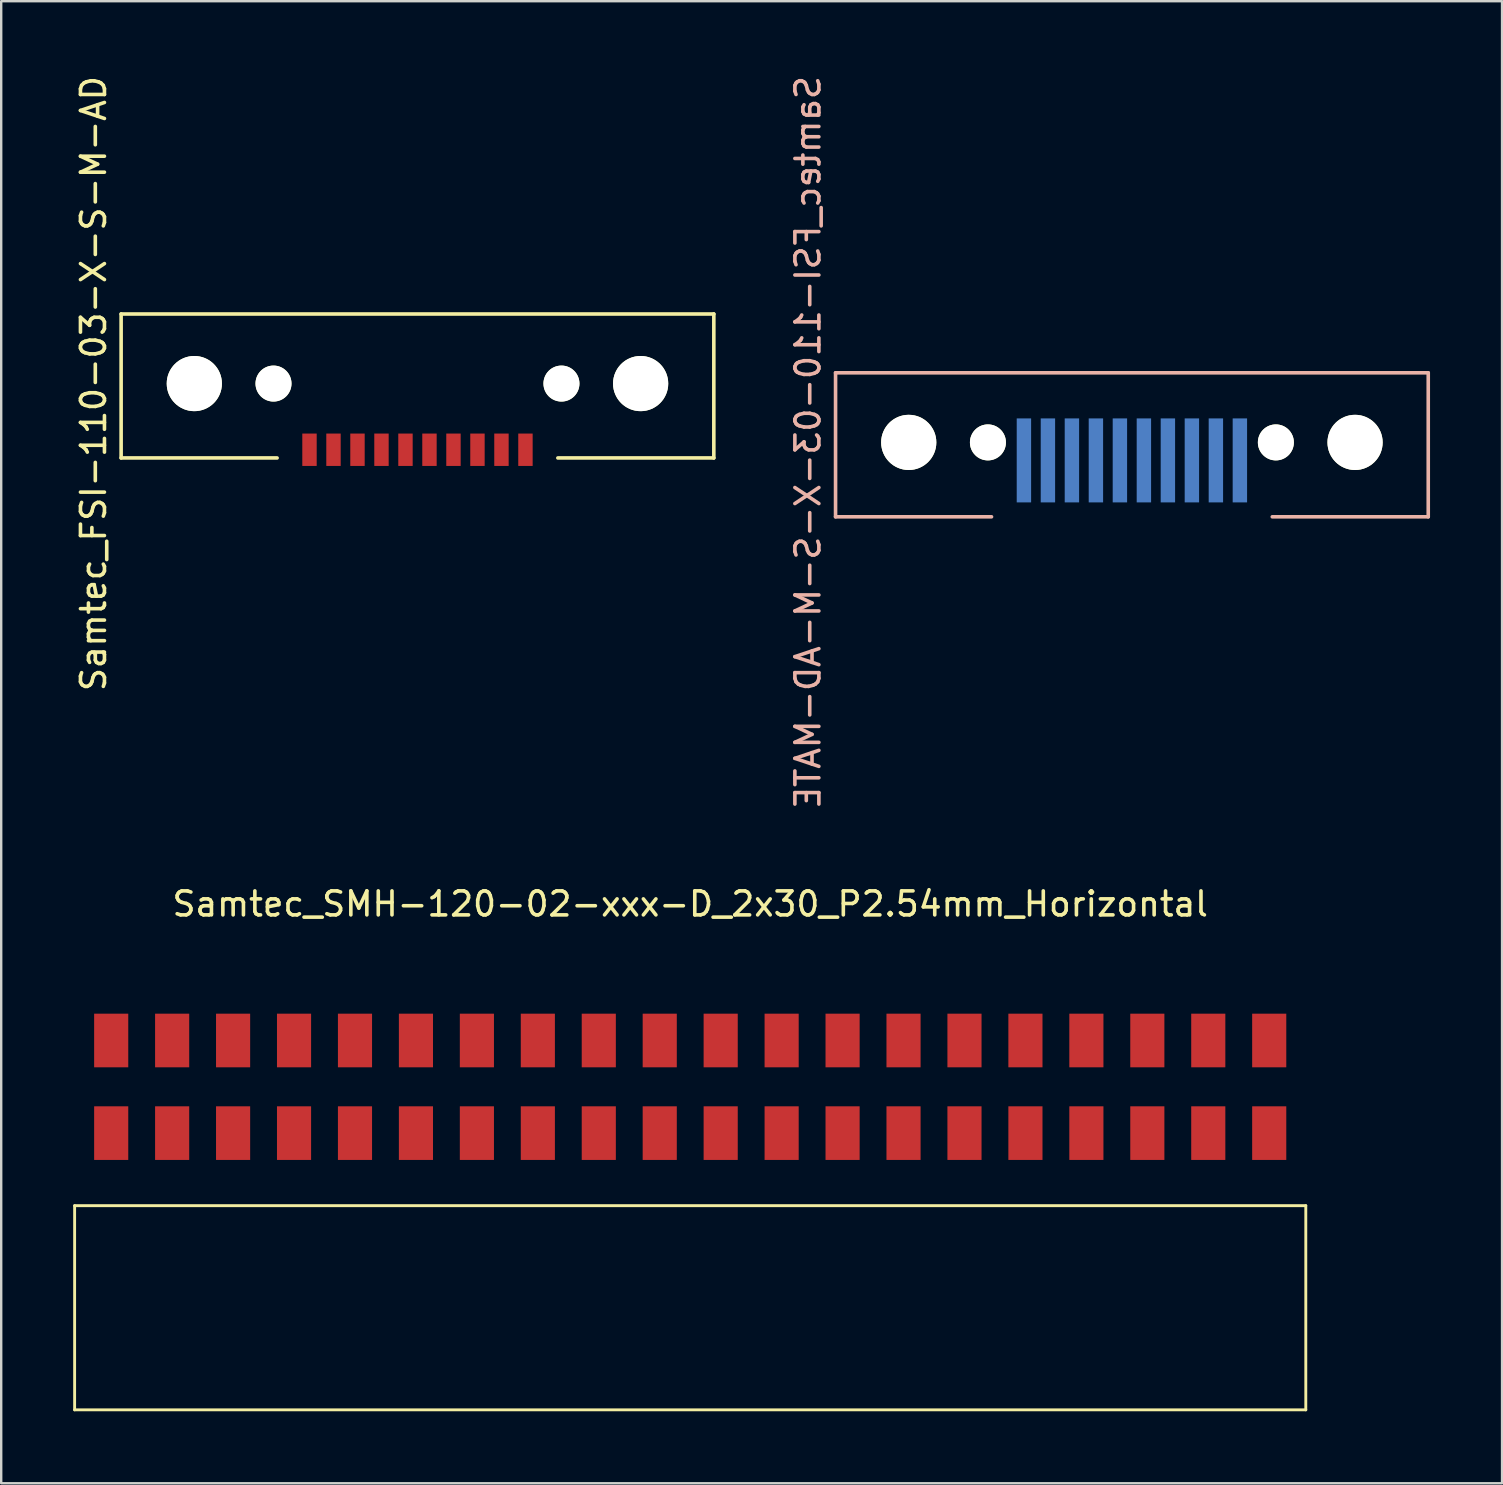
<source format=kicad_pcb>
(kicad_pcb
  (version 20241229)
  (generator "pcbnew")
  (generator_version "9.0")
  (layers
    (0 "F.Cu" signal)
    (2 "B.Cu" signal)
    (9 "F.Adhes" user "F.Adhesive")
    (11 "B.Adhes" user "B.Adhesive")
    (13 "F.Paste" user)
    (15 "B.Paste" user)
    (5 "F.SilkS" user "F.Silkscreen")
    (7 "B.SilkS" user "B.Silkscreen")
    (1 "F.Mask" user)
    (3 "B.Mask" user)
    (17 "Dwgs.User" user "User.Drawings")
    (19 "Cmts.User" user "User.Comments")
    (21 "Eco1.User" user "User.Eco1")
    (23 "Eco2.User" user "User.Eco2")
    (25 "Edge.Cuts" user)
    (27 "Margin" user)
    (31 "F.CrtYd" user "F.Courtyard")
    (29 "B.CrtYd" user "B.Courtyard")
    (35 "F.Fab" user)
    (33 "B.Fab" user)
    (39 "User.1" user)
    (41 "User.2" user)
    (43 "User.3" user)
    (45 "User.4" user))
  (footprint "Samtec_SMH-120-02-xxx-D_2x30_P2.54mm_Horizontal"
    (layer "F.Cu")
    (at 25.714 46.052)
    (property "Reference" "Samtec_SMH-120-02-xxx-D_2x30_P2.54mm_Horizontal" (at 0 -11.43 0) (layer "F.SilkS") (effects (font (size 1 1) (thickness 0.15))))
    (attr through_hole)
    (fp_line (start -25.654 1.143) (end 25.654 1.143) (stroke (width 0.12) (type solid)) (layer "F.SilkS"))
    (fp_line (start -25.654 9.652) (end -25.654 1.143) (stroke (width 0.12) (type solid)) (layer "F.SilkS"))
    (fp_line (start 25.654 1.143) (end 25.654 9.652) (stroke (width 0.12) (type solid)) (layer "F.SilkS"))
    (fp_line (start 25.654 9.652) (end -25.654 9.652) (stroke (width 0.12) (type solid)) (layer "F.SilkS"))
    (pad "1" smd rect (at -24.13 -5.74) (size 1.422 2.235) (layers "F.Cu" "F.Mask" "F.Paste"))
    (pad "2" smd rect (at -24.13 -1.88) (size 1.422 2.235) (layers "F.Cu" "F.Mask" "F.Paste"))
    (pad "3" smd rect (at -21.59 -5.74) (size 1.422 2.235) (layers "F.Cu" "F.Mask" "F.Paste"))
    (pad "4" smd rect (at -21.59 -1.88) (size 1.422 2.235) (layers "F.Cu" "F.Mask" "F.Paste"))
    (pad "5" smd rect (at -19.05 -5.74) (size 1.422 2.235) (layers "F.Cu" "F.Mask" "F.Paste"))
    (pad "6" smd rect (at -19.05 -1.88) (size 1.422 2.235) (layers "F.Cu" "F.Mask" "F.Paste"))
    (pad "7" smd rect (at -16.51 -5.74) (size 1.422 2.235) (layers "F.Cu" "F.Mask" "F.Paste"))
    (pad "8" smd rect (at -16.51 -1.88) (size 1.422 2.235) (layers "F.Cu" "F.Mask" "F.Paste"))
    (pad "9" smd rect (at -13.97 -5.74) (size 1.422 2.235) (layers "F.Cu" "F.Mask" "F.Paste"))
    (pad "10" smd rect (at -13.97 -1.88) (size 1.422 2.235) (layers "F.Cu" "F.Mask" "F.Paste"))
    (pad "11" smd rect (at -11.43 -5.74) (size 1.422 2.235) (layers "F.Cu" "F.Mask" "F.Paste"))
    (pad "12" smd rect (at -11.43 -1.88) (size 1.422 2.235) (layers "F.Cu" "F.Mask" "F.Paste"))
    (pad "13" smd rect (at -8.89 -5.74) (size 1.422 2.235) (layers "F.Cu" "F.Mask" "F.Paste"))
    (pad "14" smd rect (at -8.89 -1.88) (size 1.422 2.235) (layers "F.Cu" "F.Mask" "F.Paste"))
    (pad "15" smd rect (at -6.35 -5.74) (size 1.422 2.235) (layers "F.Cu" "F.Mask" "F.Paste"))
    (pad "16" smd rect (at -6.35 -1.88) (size 1.422 2.235) (layers "F.Cu" "F.Mask" "F.Paste"))
    (pad "17" smd rect (at -3.81 -5.74) (size 1.422 2.235) (layers "F.Cu" "F.Mask" "F.Paste"))
    (pad "18" smd rect (at -3.81 -1.88) (size 1.422 2.235) (layers "F.Cu" "F.Mask" "F.Paste"))
    (pad "19" smd rect (at -1.27 -5.74) (size 1.422 2.235) (layers "F.Cu" "F.Mask" "F.Paste"))
    (pad "20" smd rect (at -1.27 -1.88) (size 1.422 2.235) (layers "F.Cu" "F.Mask" "F.Paste"))
    (pad "21" smd rect (at 1.27 -5.74) (size 1.422 2.235) (layers "F.Cu" "F.Mask" "F.Paste"))
    (pad "22" smd rect (at 1.27 -1.88) (size 1.422 2.235) (layers "F.Cu" "F.Mask" "F.Paste"))
    (pad "23" smd rect (at 3.81 -5.74) (size 1.422 2.235) (layers "F.Cu" "F.Mask" "F.Paste"))
    (pad "24" smd rect (at 3.81 -1.88) (size 1.422 2.235) (layers "F.Cu" "F.Mask" "F.Paste"))
    (pad "25" smd rect (at 6.35 -5.74) (size 1.422 2.235) (layers "F.Cu" "F.Mask" "F.Paste"))
    (pad "26" smd rect (at 6.35 -1.88) (size 1.422 2.235) (layers "F.Cu" "F.Mask" "F.Paste"))
    (pad "27" smd rect (at 8.89 -5.74) (size 1.422 2.235) (layers "F.Cu" "F.Mask" "F.Paste"))
    (pad "28" smd rect (at 8.89 -1.88) (size 1.422 2.235) (layers "F.Cu" "F.Mask" "F.Paste"))
    (pad "29" smd rect (at 11.43 -5.74) (size 1.422 2.235) (layers "F.Cu" "F.Mask" "F.Paste"))
    (pad "30" smd rect (at 11.43 -1.88) (size 1.422 2.235) (layers "F.Cu" "F.Mask" "F.Paste"))
    (pad "31" smd rect (at 13.97 -5.74) (size 1.422 2.235) (layers "F.Cu" "F.Mask" "F.Paste"))
    (pad "32" smd rect (at 13.97 -1.88) (size 1.422 2.235) (layers "F.Cu" "F.Mask" "F.Paste"))
    (pad "33" smd rect (at 16.51 -5.74) (size 1.422 2.235) (layers "F.Cu" "F.Mask" "F.Paste"))
    (pad "34" smd rect (at 16.51 -1.88) (size 1.422 2.235) (layers "F.Cu" "F.Mask" "F.Paste"))
    (pad "35" smd rect (at 19.05 -5.74) (size 1.422 2.235) (layers "F.Cu" "F.Mask" "F.Paste"))
    (pad "36" smd rect (at 19.05 -1.88) (size 1.422 2.235) (layers "F.Cu" "F.Mask" "F.Paste"))
    (pad "37" smd rect (at 21.59 -5.74) (size 1.422 2.235) (layers "F.Cu" "F.Mask" "F.Paste"))
    (pad "38" smd rect (at 21.59 -1.88) (size 1.422 2.235) (layers "F.Cu" "F.Mask" "F.Paste"))
    (pad "39" smd rect (at 24.13 -5.74) (size 1.422 2.235) (layers "F.Cu" "F.Mask" "F.Paste"))
    (pad "40" smd rect (at 24.13 -1.88) (size 1.422 2.235) (layers "F.Cu" "F.Mask" "F.Paste")))
  (footprint "Samtec_FSI-110-03-X-S-M-AD-MATE"
    (layer "F.Cu")
    (at 44.121 15.387)
    (property "Reference" "Samtec_FSI-110-03-X-S-M-AD-MATE" (at -13.5 0 90) (layer "B.SilkS") (effects (font (size 1 1) (thickness 0.15)) (justify mirror)))
    (attr through_hole)
    (fp_line (start -12.35 -2.9) (end 12.35 -2.9) (stroke (width 0.15) (type solid)) (layer "B.SilkS"))
    (fp_line (start -12.35 3.1) (end -12.35 -2.9) (stroke (width 0.15) (type solid)) (layer "B.SilkS"))
    (fp_line (start -12.35 3.1) (end -5.85 3.1) (stroke (width 0.15) (type solid)) (layer "B.SilkS"))
    (fp_line (start 12.35 3.1) (end 5.85 3.1) (stroke (width 0.15) (type solid)) (layer "B.SilkS"))
    (fp_line (start 12.35 3.1) (end 12.35 -2.9) (stroke (width 0.15) (type solid)) (layer "B.SilkS"))
    (pad "" np_thru_hole circle (at -9.3 0) (size 2.3 2.3) (drill 2.3) (layers "*.Cu" "*.Mask" "F.SilkS"))
    (pad "" np_thru_hole circle (at -6 0) (size 1.5 1.5) (drill 1.5) (layers "*.Cu" "*.Mask" "F.SilkS"))
    (pad "" np_thru_hole circle (at 6 0) (size 1.5 1.5) (drill 1.5) (layers "*.Cu" "*.Mask" "F.SilkS"))
    (pad "" np_thru_hole circle (at 9.3 0) (size 2.3 2.3) (drill 2.3) (layers "*.Cu" "*.Mask" "F.SilkS"))
    (pad "1" smd rect (at -4.5 0.75 180) (size 0.6 3.5) (layers "B.Cu" "B.Mask" "B.Paste"))
    (pad "2" smd rect (at -3.5 0.75 180) (size 0.6 3.5) (layers "B.Cu" "B.Mask" "B.Paste"))
    (pad "3" smd rect (at -2.5 0.75 180) (size 0.6 3.5) (layers "B.Cu" "B.Mask" "B.Paste"))
    (pad "4" smd rect (at -1.5 0.75 180) (size 0.6 3.5) (layers "B.Cu" "B.Mask" "B.Paste"))
    (pad "5" smd rect (at -0.5 0.75 180) (size 0.6 3.5) (layers "B.Cu" "B.Mask" "B.Paste"))
    (pad "6" smd rect (at 0.5 0.75 180) (size 0.6 3.5) (layers "B.Cu" "B.Mask" "B.Paste"))
    (pad "7" smd rect (at 1.5 0.75 180) (size 0.6 3.5) (layers "B.Cu" "B.Mask" "B.Paste"))
    (pad "8" smd rect (at 2.5 0.75 180) (size 0.6 3.5) (layers "B.Cu" "B.Mask" "B.Paste"))
    (pad "9" smd rect (at 3.5 0.75 180) (size 0.6 3.5) (layers "B.Cu" "B.Mask" "B.Paste"))
    (pad "10" smd rect (at 4.5 0.75 180) (size 0.6 3.5) (layers "B.Cu" "B.Mask" "B.Paste")))
  (footprint "Samtec_FSI-110-03-X-S-M-AD"
    (layer "F.Cu")
    (at 14.348 12.935)
    (property "Reference" "Samtec_FSI-110-03-X-S-M-AD" (at -13.5 0 90) (layer "F.SilkS") (effects (font (size 1 1) (thickness 0.15))))
    (attr through_hole)
    (fp_line (start -12.35 -2.9) (end 12.35 -2.9) (stroke (width 0.15) (type solid)) (layer "F.SilkS"))
    (fp_line (start -12.35 3.1) (end -12.35 -2.9) (stroke (width 0.15) (type solid)) (layer "F.SilkS"))
    (fp_line (start -12.35 3.1) (end -5.85 3.1) (stroke (width 0.15) (type solid)) (layer "F.SilkS"))
    (fp_line (start 12.35 3.1) (end 5.85 3.1) (stroke (width 0.15) (type solid)) (layer "F.SilkS"))
    (fp_line (start 12.35 3.1) (end 12.35 -2.9) (stroke (width 0.15) (type solid)) (layer "F.SilkS"))
    (pad "" np_thru_hole circle (at -9.3 0) (size 2.3 2.3) (drill 2.3) (layers "*.Cu" "*.Mask" "F.SilkS"))
    (pad "" np_thru_hole circle (at -6 0) (size 1.5 1.5) (drill 1.5) (layers "*.Cu" "*.Mask" "F.SilkS"))
    (pad "" np_thru_hole circle (at 6 0) (size 1.5 1.5) (drill 1.5) (layers "*.Cu" "*.Mask" "F.SilkS"))
    (pad "" np_thru_hole circle (at 9.3 0) (size 2.3 2.3) (drill 2.3) (layers "*.Cu" "*.Mask" "F.SilkS"))
    (pad "1" smd rect (at -4.5 2.758 180) (size 0.6 1.35) (layers "F.Cu" "F.Mask" "F.Paste"))
    (pad "2" smd rect (at -3.5 2.758 180) (size 0.6 1.35) (layers "F.Cu" "F.Mask" "F.Paste"))
    (pad "3" smd rect (at -2.5 2.758 180) (size 0.6 1.35) (layers "F.Cu" "F.Mask" "F.Paste"))
    (pad "4" smd rect (at -1.5 2.758 180) (size 0.6 1.35) (layers "F.Cu" "F.Mask" "F.Paste"))
    (pad "5" smd rect (at -0.5 2.758 180) (size 0.6 1.35) (layers "F.Cu" "F.Mask" "F.Paste"))
    (pad "6" smd rect (at 0.5 2.758 180) (size 0.6 1.35) (layers "F.Cu" "F.Mask" "F.Paste"))
    (pad "7" smd rect (at 1.5 2.758 180) (size 0.6 1.35) (layers "F.Cu" "F.Mask" "F.Paste"))
    (pad "8" smd rect (at 2.5 2.758 180) (size 0.6 1.35) (layers "F.Cu" "F.Mask" "F.Paste"))
    (pad "9" smd rect (at 3.5 2.758 180) (size 0.6 1.35) (layers "F.Cu" "F.Mask" "F.Paste"))
    (pad "10" smd rect (at 4.5 2.758 180) (size 0.6 1.35) (layers "F.Cu" "F.Mask" "F.Paste")))
  (gr_rect
    (start -3 -3)
    (end 59.547 58.764)
    (stroke (width 0.1) (type default))
    (fill no)
    (layer "Edge.Cuts")))
</source>
